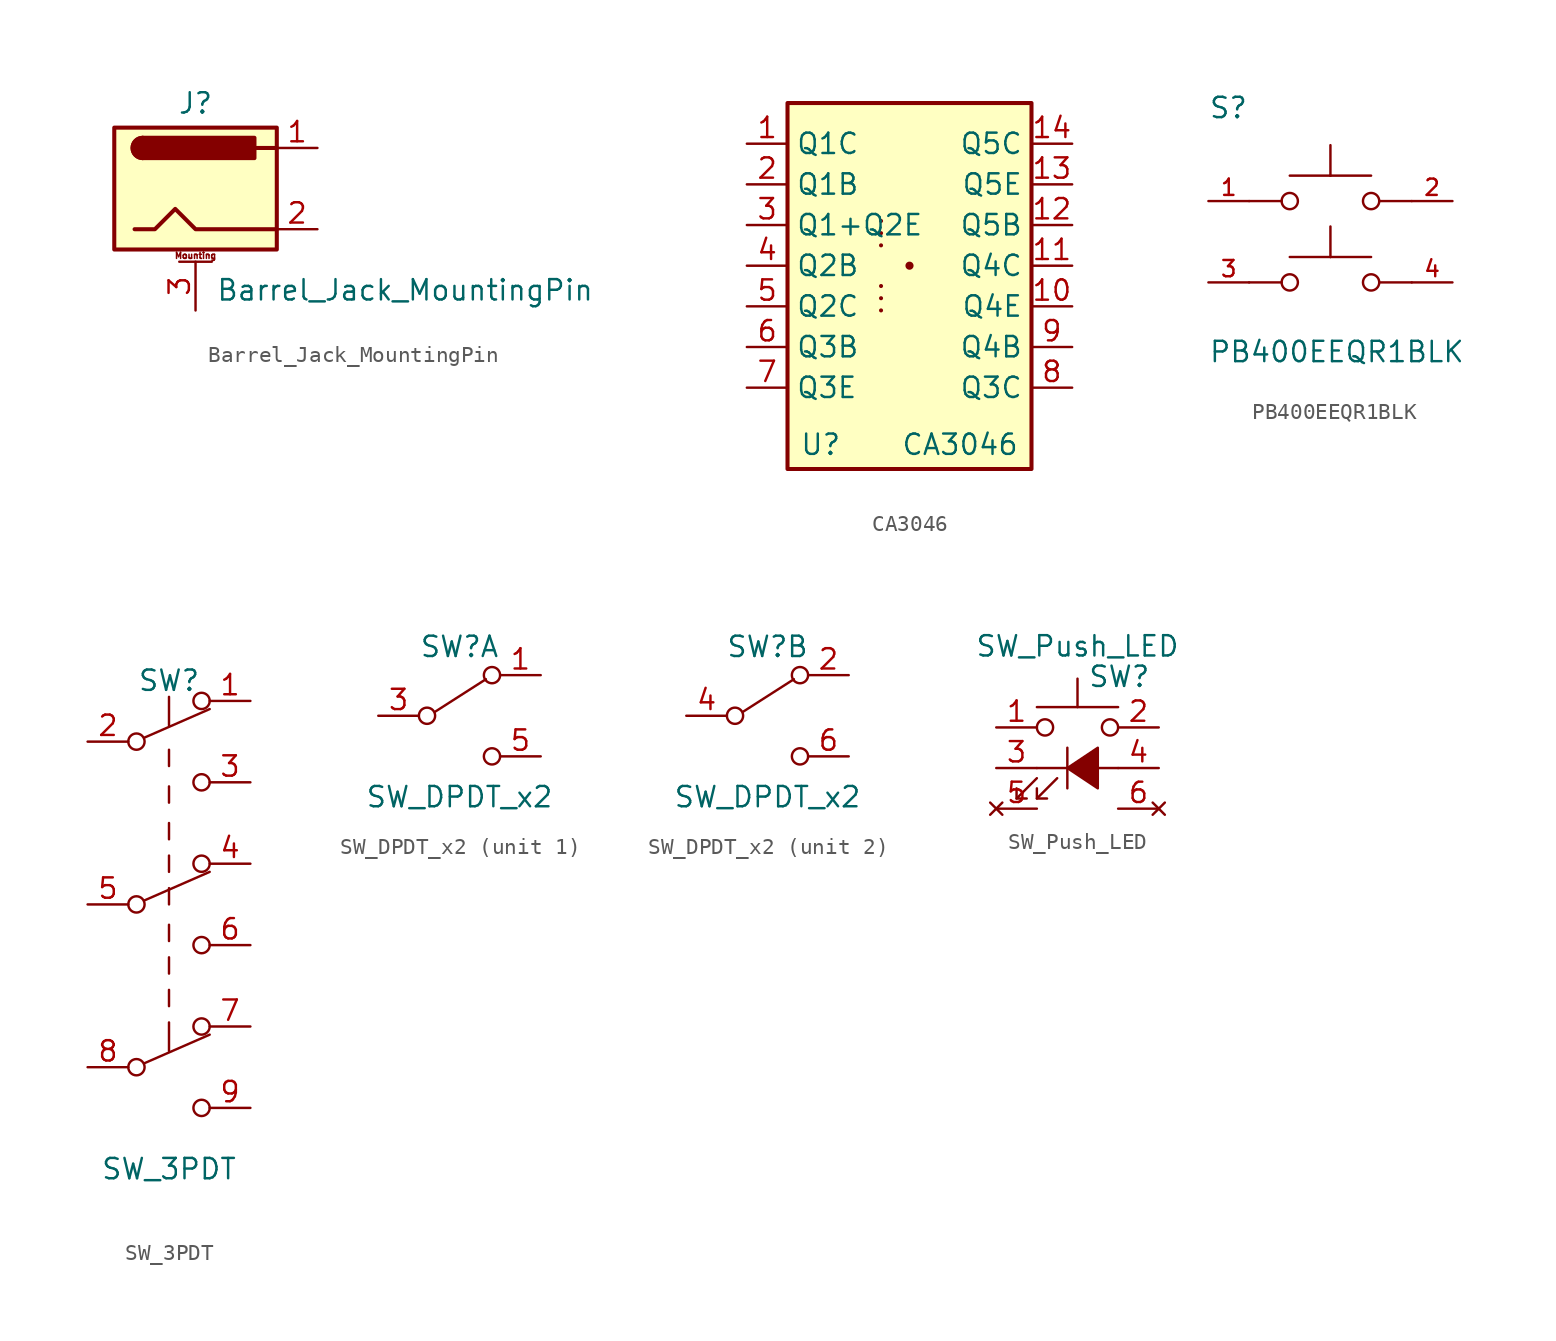
<source format=kicad_sym>
(kicad_symbol_lib
  (version 20220914)
  (generator kicad_symbol_editor)
  (symbol "Barrel_Jack_MountingPin"
    (pin_names hide)
    (property "Reference" "J"
      (at 0 5.334 0)
      (effects (font (size 1.27 1.27))))
    (property "Value" "Barrel_Jack_MountingPin"
      (at 1.27 -6.35 0)
      (effects (font (size 1.27 1.27)) (justify left)))
    (symbol "Barrel_Jack_MountingPin_0_1"
      (rectangle (start -5.08 3.81) (end 5.08 -3.81) (stroke (width 0.254) (type solid)) (fill (type background)))
      (arc (start -3.302 3.175) (mid -3.9343 2.54) (end -3.302 1.905) (stroke (width 0.254) (type solid)) (fill (type none)))
      (arc (start -3.302 3.175) (mid -3.9343 2.54) (end -3.302 1.905) (stroke (width 0.254) (type solid)) (fill (type outline)))
      (polyline (pts (xy 5.08 2.54) (xy 3.81 2.54)) (stroke (width 0.254) (type solid)) (fill (type none)))
      (polyline (pts (xy -3.81 -2.54) (xy -2.54 -2.54) (xy -1.27 -1.27) (xy 0 -2.54) (xy 2.54 -2.54) (xy 5.08 -2.54)) (stroke (width 0.254) (type solid)) (fill (type none)))
      (rectangle (start 3.683 3.175) (end -3.302 1.905) (stroke (width 0.254) (type solid)) (fill (type outline))))
    (symbol "Barrel_Jack_MountingPin_1_1"
      (polyline (pts (xy -1.016 -4.572) (xy 1.016 -4.572)) (stroke (width 0.152) (type solid)) (fill (type none)))
      (text "Mounting" (at 0 -4.191 0) (effects (font (size 0.381 0.381))))
      (pin passive line (at 7.62 2.54 180) (length 2.54) (name "~" (effects (font (size 1.27 1.27)))) (number "1" (effects (font (size 1.27 1.27)))))
      (pin passive line (at 7.62 -2.54 180) (length 2.54) (name "~" (effects (font (size 1.27 1.27)))) (number "2" (effects (font (size 1.27 1.27)))))
      (pin passive line (at 0 -7.62 90) (length 3.048) (name "MountPin" (effects (font (size 1.27 1.27)))) (number "3" (effects (font (size 1.27 1.27)))))))
  (symbol "CA3046"
    (property "Reference" "U"
      (at -6.858 -11.176 0)
      (effects (font (size 1.27 1.27)) (justify left)))
    (property "Value" "CA3046"
      (at 6.858 -11.176 0)
      (effects (font (size 1.27 1.27)) (justify right)))
    (symbol "CA3046_0_1"
      (rectangle (start -7.62 10.16) (end 7.62 -12.7) (stroke (width 0.254) (type solid)) (fill (type background)))
      (polyline (pts (xy -1.778 -2.794) (xy -1.778 -2.794)) (stroke (width 0.254) (type solid)) (fill (type none)))
      (polyline (pts (xy -1.778 -2.032) (xy -1.778 -2.032)) (stroke (width 0.254) (type solid)) (fill (type none)))
      (polyline (pts (xy -1.778 -1.27) (xy -1.778 -1.27)) (stroke (width 0.254) (type solid)) (fill (type none)))
      (polyline (pts (xy -1.778 1.27) (xy -1.778 1.27)) (stroke (width 0.254) (type solid)) (fill (type none)))
      (polyline (pts (xy -1.778 2.032) (xy -1.778 2.032)) (stroke (width 0.254) (type solid)) (fill (type none)))
      (polyline (pts (xy -1.778 2.794) (xy -1.778 2.794)) (stroke (width 0.254) (type solid)) (fill (type none)))
      (polyline (pts (xy 0 0) (xy 0 0)) (stroke (width 0.508) (type solid)) (fill (type none))))
    (symbol "CA3046_1_1"
      (pin open_collector line (at -10.16 7.62 0) (length 2.54) (name "Q1C" (effects (font (size 1.27 1.27)))) (number "1" (effects (font (size 1.27 1.27)))))
      (pin open_emitter line (at 10.16 -2.54 180) (length 2.54) (name "Q4E" (effects (font (size 1.27 1.27)))) (number "10" (effects (font (size 1.27 1.27)))))
      (pin open_collector line (at 10.16 0 180) (length 2.54) (name "Q4C" (effects (font (size 1.27 1.27)))) (number "11" (effects (font (size 1.27 1.27)))))
      (pin input line (at 10.16 2.54 180) (length 2.54) (name "Q5B" (effects (font (size 1.27 1.27)))) (number "12" (effects (font (size 1.27 1.27)))))
      (pin open_emitter line (at 10.16 5.08 180) (length 2.54) (name "Q5E" (effects (font (size 1.27 1.27)))) (number "13" (effects (font (size 1.27 1.27)))))
      (pin open_collector line (at 10.16 7.62 180) (length 2.54) (name "Q5C" (effects (font (size 1.27 1.27)))) (number "14" (effects (font (size 1.27 1.27)))))
      (pin input line (at -10.16 5.08 0) (length 2.54) (name "Q1B" (effects (font (size 1.27 1.27)))) (number "2" (effects (font (size 1.27 1.27)))))
      (pin open_emitter line (at -10.16 2.54 0) (length 2.54) (name "Q1+Q2E" (effects (font (size 1.27 1.27)))) (number "3" (effects (font (size 1.27 1.27)))))
      (pin input line (at -10.16 0 0) (length 2.54) (name "Q2B" (effects (font (size 1.27 1.27)))) (number "4" (effects (font (size 1.27 1.27)))))
      (pin open_collector line (at -10.16 -2.54 0) (length 2.54) (name "Q2C" (effects (font (size 1.27 1.27)))) (number "5" (effects (font (size 1.27 1.27)))))
      (pin input line (at -10.16 -5.08 0) (length 2.54) (name "Q3B" (effects (font (size 1.27 1.27)))) (number "6" (effects (font (size 1.27 1.27)))))
      (pin open_emitter line (at -10.16 -7.62 0) (length 2.54) (name "Q3E" (effects (font (size 1.27 1.27)))) (number "7" (effects (font (size 1.27 1.27)))))
      (pin open_collector line (at 10.16 -7.62 180) (length 2.54) (name "Q3C" (effects (font (size 1.27 1.27)))) (number "8" (effects (font (size 1.27 1.27)))))
      (pin input line (at 10.16 -5.08 180) (length 2.54) (name "Q4B" (effects (font (size 1.27 1.27)))) (number "9" (effects (font (size 1.27 1.27)))))))
  (symbol "PB400EEQR1BLK"
    (pin_names
      (offset 1.016))
    (property "Reference" "S"
      (at -7.62 7.62 0)
      (effects (font (size 1.27 1.27)) (justify left bottom)))
    (property "Value" "PB400EEQR1BLK"
      (at -7.62 -7.62 0)
      (effects (font (size 1.27 1.27)) (justify left bottom)))
    (symbol "PB400EEQR1BLK_0_0"
      (circle (center -2.54 -2.54) (radius 0.508) (stroke (width 0.152) (type default)) (fill (type none)))
      (circle (center -2.54 2.54) (radius 0.508) (stroke (width 0.152) (type default)) (fill (type none)))
      (polyline (pts (xy -5.08 -2.54) (xy -3.048 -2.54)) (stroke (width 0.152) (type default)) (fill (type none)))
      (polyline (pts (xy -5.08 2.54) (xy -3.048 2.54)) (stroke (width 0.152) (type default)) (fill (type none)))
      (polyline (pts (xy -2.54 -0.953) (xy 0 -0.953)) (stroke (width 0.152) (type default)) (fill (type none)))
      (polyline (pts (xy -2.54 4.128) (xy 0 4.128)) (stroke (width 0.152) (type default)) (fill (type none)))
      (polyline (pts (xy 0 -0.953) (xy 0 0.953)) (stroke (width 0.152) (type default)) (fill (type none)))
      (polyline (pts (xy 0 -0.953) (xy 2.54 -0.953)) (stroke (width 0.152) (type default)) (fill (type none)))
      (polyline (pts (xy 0 4.128) (xy 0 6.032)) (stroke (width 0.152) (type default)) (fill (type none)))
      (polyline (pts (xy 0 4.128) (xy 2.54 4.128)) (stroke (width 0.152) (type default)) (fill (type none)))
      (polyline (pts (xy 5.08 -2.54) (xy 3.048 -2.54)) (stroke (width 0.152) (type default)) (fill (type none)))
      (polyline (pts (xy 5.08 2.54) (xy 3.048 2.54)) (stroke (width 0.152) (type default)) (fill (type none)))
      (circle (center 2.54 -2.54) (radius 0.508) (stroke (width 0.152) (type default)) (fill (type none)))
      (circle (center 2.54 2.54) (radius 0.508) (stroke (width 0.152) (type default)) (fill (type none)))
      (pin passive line (at -7.62 2.54 0) (length 2.54) (name "~" (effects (font (size 1.016 1.016)))) (number "1" (effects (font (size 1.016 1.016)))))
      (pin passive line (at 7.62 2.54 180) (length 2.54) (name "~" (effects (font (size 1.016 1.016)))) (number "2" (effects (font (size 1.016 1.016)))))
      (pin passive line (at -7.62 -2.54 0) (length 2.54) (name "~" (effects (font (size 1.016 1.016)))) (number "3" (effects (font (size 1.016 1.016)))))
      (pin passive line (at 7.62 -2.54 180) (length 2.54) (name "~" (effects (font (size 1.016 1.016)))) (number "4" (effects (font (size 1.016 1.016)))))))
  (symbol "SW_3PDT"
    (pin_names
      (offset 0) hide)
    (property "Reference" "SW"
      (at 0 13.97 0)
      (effects (font (size 1.27 1.27))))
    (property "Value" "SW_3PDT"
      (at 0 -16.51 0)
      (effects (font (size 1.27 1.27))))
    (symbol "SW_3PDT_0_0"
      (circle (center -2.032 0) (radius 0.508) (stroke (width 0) (type solid)) (fill (type none)))
      (circle (center -2.032 10.16) (radius 0.508) (stroke (width 0) (type solid)) (fill (type none)))
      (circle (center 2.032 -2.54) (radius 0.508) (stroke (width 0) (type solid)) (fill (type none)))
      (circle (center 2.032 7.62) (radius 0.508) (stroke (width 0) (type solid)) (fill (type none))))
    (symbol "SW_3PDT_0_1"
      (polyline (pts (xy -1.524 0.254) (xy 2.54 2.032)) (stroke (width 0) (type solid)) (fill (type none)))
      (polyline (pts (xy -1.524 10.414) (xy 2.54 12.192)) (stroke (width 0) (type solid)) (fill (type none)))
      (polyline (pts (xy 0 4.064) (xy 0 5.08)) (stroke (width 0) (type solid)) (fill (type none)))
      (polyline (pts (xy 0 6.35) (xy 0 7.366)) (stroke (width 0) (type solid)) (fill (type none)))
      (polyline (pts (xy 0 8.636) (xy 0 9.652)) (stroke (width 0) (type solid)) (fill (type none)))
      (polyline (pts (xy 0 12.954) (xy 0 11.176)) (stroke (width 0) (type solid)) (fill (type none)))
      (circle (center 2.032 2.54) (radius 0.508) (stroke (width 0) (type solid)) (fill (type none)))
      (circle (center 2.032 12.7) (radius 0.508) (stroke (width 0) (type solid)) (fill (type none))))
    (symbol "SW_3PDT_1_1"
      (circle (center -2.032 -10.16) (radius 0.508) (stroke (width 0) (type solid)) (fill (type none)))
      (polyline (pts (xy -1.524 -9.906) (xy 2.54 -8.128)) (stroke (width 0) (type solid)) (fill (type none)))
      (polyline (pts (xy 0 -7.366) (xy 0 -9.144)) (stroke (width 0) (type solid)) (fill (type none)))
      (polyline (pts (xy 0 -6.35) (xy 0 -5.334)) (stroke (width 0) (type solid)) (fill (type none)))
      (polyline (pts (xy 0 -4.318) (xy 0 -3.302)) (stroke (width 0) (type solid)) (fill (type none)))
      (polyline (pts (xy 0 -2.286) (xy 0 -1.27)) (stroke (width 0) (type solid)) (fill (type none)))
      (polyline (pts (xy 0 0) (xy 0 1.016)) (stroke (width 0) (type solid)) (fill (type none)))
      (polyline (pts (xy 0 2.032) (xy 0 3.048)) (stroke (width 0) (type solid)) (fill (type none)))
      (circle (center 2.032 -12.7) (radius 0.508) (stroke (width 0) (type solid)) (fill (type none)))
      (circle (center 2.032 -7.62) (radius 0.508) (stroke (width 0) (type solid)) (fill (type none)))
      (pin passive line (at 5.08 12.7 180) (length 2.54) (name "A" (effects (font (size 1.27 1.27)))) (number "1" (effects (font (size 1.27 1.27)))))
      (pin passive line (at -5.08 10.16 0) (length 2.54) (name "B" (effects (font (size 1.27 1.27)))) (number "2" (effects (font (size 1.27 1.27)))))
      (pin passive line (at 5.08 7.62 180) (length 2.54) (name "C" (effects (font (size 1.27 1.27)))) (number "3" (effects (font (size 1.27 1.27)))))
      (pin passive line (at 5.08 2.54 180) (length 2.54) (name "A" (effects (font (size 1.27 1.27)))) (number "4" (effects (font (size 1.27 1.27)))))
      (pin passive line (at -5.08 0 0) (length 2.54) (name "B" (effects (font (size 1.27 1.27)))) (number "5" (effects (font (size 1.27 1.27)))))
      (pin passive line (at 5.08 -2.54 180) (length 2.54) (name "C" (effects (font (size 1.27 1.27)))) (number "6" (effects (font (size 1.27 1.27)))))
      (pin passive line (at 5.08 -7.62 180) (length 2.54) (name "A" (effects (font (size 1.27 1.27)))) (number "7" (effects (font (size 1.27 1.27)))))
      (pin passive line (at -5.08 -10.16 0) (length 2.54) (name "B" (effects (font (size 1.27 1.27)))) (number "8" (effects (font (size 1.27 1.27)))))
      (pin passive line (at 5.08 -12.7 180) (length 2.54) (name "C" (effects (font (size 1.27 1.27)))) (number "9" (effects (font (size 1.27 1.27)))))))
  (symbol "SW_DPDT_x2"
    (pin_names
      (offset 0) hide)
    (property "Reference" "SW"
      (at 0 4.318 0)
      (effects (font (size 1.27 1.27))))
    (property "Value" "SW_DPDT_x2"
      (at 0 -5.08 0)
      (effects (font (size 1.27 1.27))))
    (symbol "SW_DPDT_x2_0_0"
      (circle (center -2.032 0) (radius 0.508) (stroke (width 0) (type solid)) (fill (type none)))
      (circle (center 2.032 -2.54) (radius 0.508) (stroke (width 0) (type solid)) (fill (type none))))
    (symbol "SW_DPDT_x2_0_1"
      (polyline (pts (xy -1.524 0.254) (xy 1.651 2.286)) (stroke (width 0) (type solid)) (fill (type none)))
      (circle (center 2.032 2.54) (radius 0.508) (stroke (width 0) (type solid)) (fill (type none))))
    (symbol "SW_DPDT_x2_1_1"
      (pin passive line (at 5.08 2.54 180) (length 2.54) (name "A" (effects (font (size 1.27 1.27)))) (number "1" (effects (font (size 1.27 1.27)))))
      (pin passive line (at -5.08 0 0) (length 2.54) (name "B" (effects (font (size 1.27 1.27)))) (number "3" (effects (font (size 1.27 1.27)))))
      (pin passive line (at 5.08 -2.54 180) (length 2.54) (name "C" (effects (font (size 1.27 1.27)))) (number "5" (effects (font (size 1.27 1.27))))))
    (symbol "SW_DPDT_x2_2_1"
      (pin passive line (at 5.08 2.54 180) (length 2.54) (name "A" (effects (font (size 1.27 1.27)))) (number "2" (effects (font (size 1.27 1.27)))))
      (pin passive line (at -5.08 0 0) (length 2.54) (name "B" (effects (font (size 1.27 1.27)))) (number "4" (effects (font (size 1.27 1.27)))))
      (pin passive line (at 5.08 -2.54 180) (length 2.54) (name "C" (effects (font (size 1.27 1.27)))) (number "6" (effects (font (size 1.27 1.27)))))))
  (symbol "SW_Push_LED"
    (pin_names
      (offset 1.016) hide)
    (property "Reference" "SW"
      (at 0.635 5.715 0)
      (effects (font (size 1.27 1.27)) (justify left)))
    (property "Value" "SW_Push_LED"
      (at 0 7.62 0)
      (effects (font (size 1.27 1.27))))
    (symbol "SW_Push_LED_0_0"
      (polyline (pts (xy -3.81 -1.905) (xy -2.54 -0.635)) (stroke (width 0) (type solid)) (fill (type none)))
      (polyline (pts (xy -2.54 -1.905) (xy -1.27 -0.635)) (stroke (width 0) (type solid)) (fill (type none)))
      (polyline (pts (xy -2.54 0) (xy 2.54 0)) (stroke (width 0) (type solid)) (fill (type none)))
      (polyline (pts (xy -0.635 1.27) (xy -0.635 -1.27)) (stroke (width 0) (type solid)) (fill (type none)))
      (polyline (pts (xy -3.81 -1.27) (xy -3.81 -1.905) (xy -3.175 -1.905)) (stroke (width 0) (type solid)) (fill (type none)))
      (polyline (pts (xy -2.54 -1.27) (xy -2.54 -1.905) (xy -1.905 -1.905)) (stroke (width 0) (type solid)) (fill (type none)))
      (polyline (pts (xy -0.635 0) (xy 1.27 1.27) (xy 1.27 -1.27) (xy -0.635 0)) (stroke (width 0) (type solid)) (fill (type outline))))
    (symbol "SW_Push_LED_0_1"
      (circle (center -2.032 2.54) (radius 0.508) (stroke (width 0) (type solid)) (fill (type none)))
      (polyline (pts (xy 0 3.81) (xy 0 5.588)) (stroke (width 0) (type solid)) (fill (type none)))
      (polyline (pts (xy 2.54 3.81) (xy -2.54 3.81)) (stroke (width 0) (type solid)) (fill (type none)))
      (circle (center 2.032 2.54) (radius 0.508) (stroke (width 0) (type solid)) (fill (type none)))
      (pin passive line (at -5.08 2.54 0) (length 2.54) (name "1" (effects (font (size 1.27 1.27)))) (number "1" (effects (font (size 1.27 1.27)))))
      (pin passive line (at 5.08 2.54 180) (length 2.54) (name "2" (effects (font (size 1.27 1.27)))) (number "2" (effects (font (size 1.27 1.27)))))
      (pin passive line (at -5.08 0 0) (length 2.54) (name "K" (effects (font (size 1.27 1.27)))) (number "3" (effects (font (size 1.27 1.27)))))
      (pin passive line (at 5.08 0 180) (length 2.54) (name "A" (effects (font (size 1.27 1.27)))) (number "4" (effects (font (size 1.27 1.27))))))
    (symbol "SW_Push_LED_1_1"
      (pin no_connect line (at -5.08 -2.54 0) (length 2.54) (name "~" (effects (font (size 1.27 1.27)))) (number "5" (effects (font (size 1.27 1.27)))))
      (pin no_connect line (at 5.08 -2.54 180) (length 2.54) (name "~" (effects (font (size 1.27 1.27)))) (number "6" (effects (font (size 1.27 1.27))))))))
</source>
